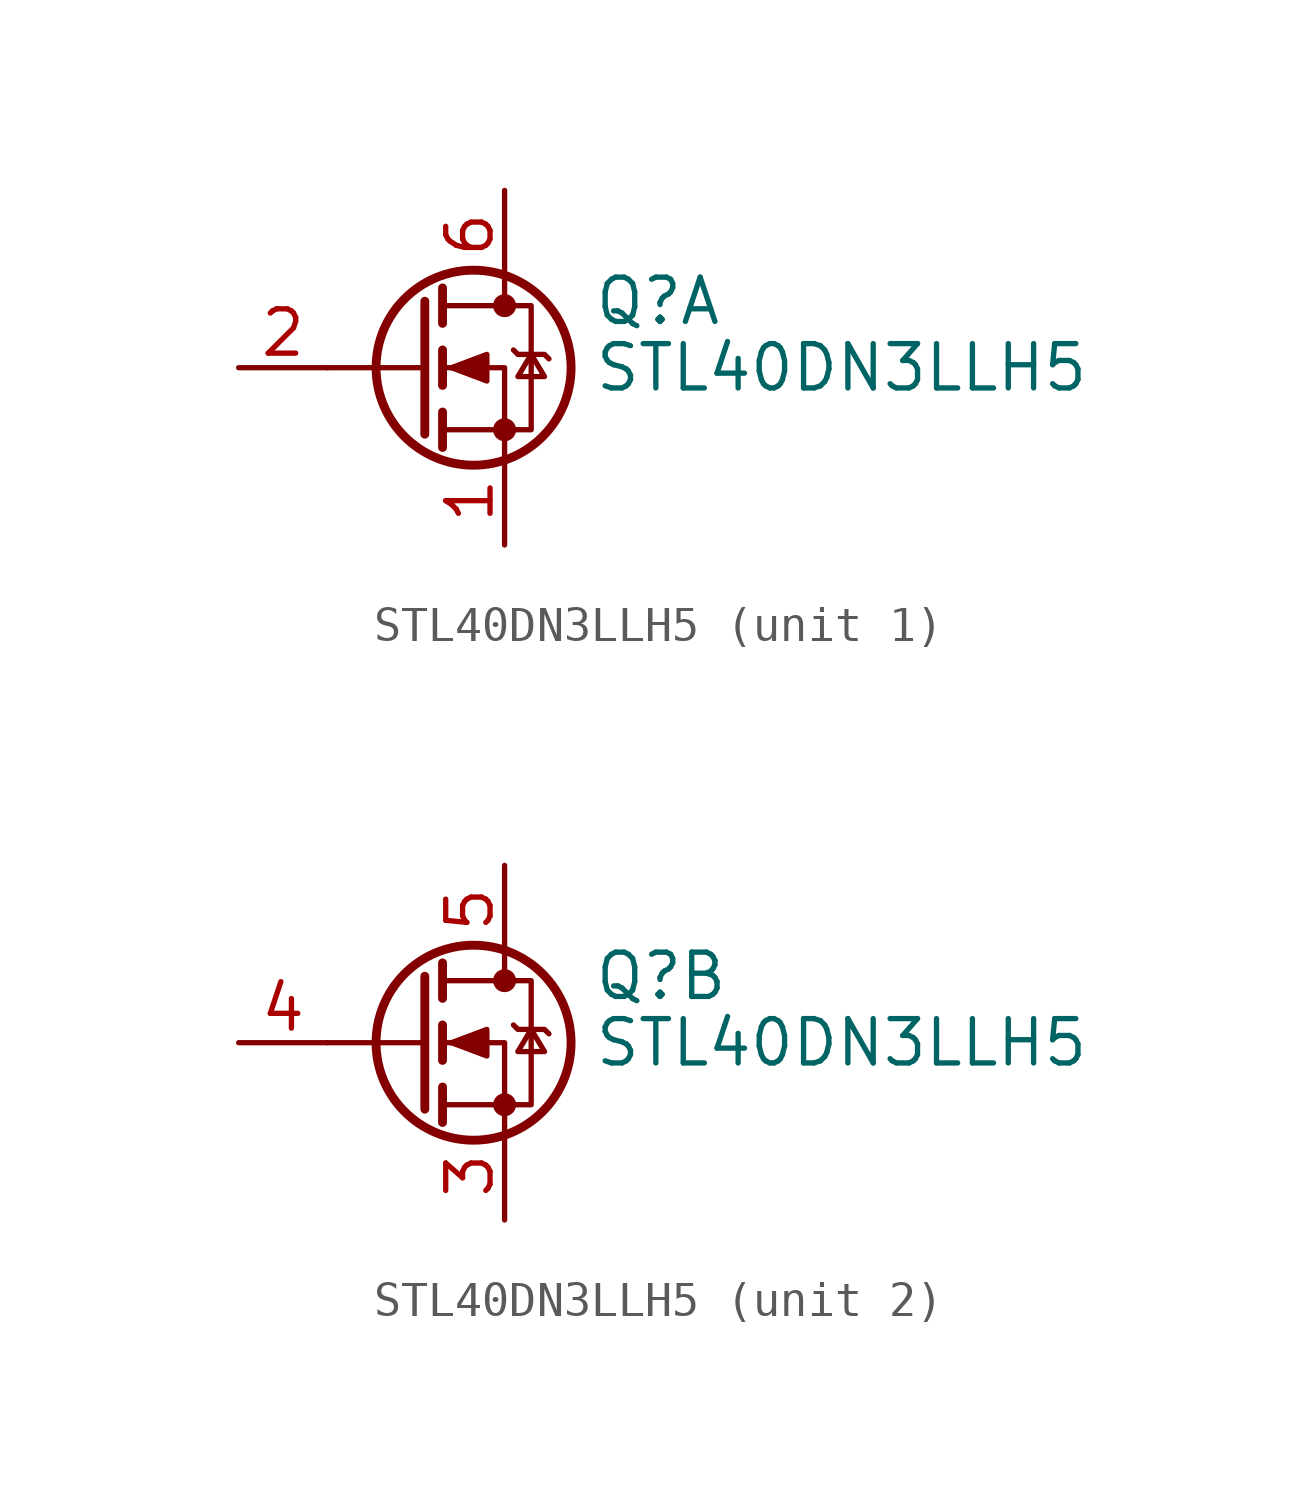
<source format=kicad_sym>
(kicad_symbol_lib
  (version 20241209)
  (generator "kicad_symbol_editor")
  (generator_version "9.0")
  (symbol "STL40DN3LLH5"
    (pin_names
      (hide yes))
    (property "Reference" "Q"
      (at 5.08 1.905 0)
      (effects (font (size 1.27 1.27)) (justify left)))
    (property "Value" "STL40DN3LLH5"
      (at 5.08 0 0)
      (effects (font (size 1.27 1.27)) (justify left)))
    (symbol "STL40DN3LLH5_0_1"
      (polyline (pts (xy 0.254 1.905) (xy 0.254 -1.905)) (stroke (width 0.254) (type default)) (fill (type none)))
      (polyline (pts (xy 0.254 0) (xy -2.54 0)) (stroke (width 0) (type default)) (fill (type none)))
      (polyline (pts (xy 0.762 2.286) (xy 0.762 1.27)) (stroke (width 0.254) (type default)) (fill (type none)))
      (polyline (pts (xy 0.762 0.508) (xy 0.762 -0.508)) (stroke (width 0.254) (type default)) (fill (type none)))
      (polyline (pts (xy 0.762 -1.27) (xy 0.762 -2.286)) (stroke (width 0.254) (type default)) (fill (type none)))
      (polyline (pts (xy 0.762 -1.778) (xy 3.302 -1.778) (xy 3.302 1.778) (xy 0.762 1.778)) (stroke (width 0) (type default)) (fill (type none)))
      (polyline (pts (xy 1.016 0) (xy 2.032 0.381) (xy 2.032 -0.381) (xy 1.016 0)) (stroke (width 0) (type default)) (fill (type outline)))
      (circle (center 1.651 0) (radius 2.794) (stroke (width 0.254) (type default)) (fill (type none)))
      (polyline (pts (xy 2.54 2.54) (xy 2.54 1.778)) (stroke (width 0) (type default)) (fill (type none)))
      (circle (center 2.54 1.778) (radius 0.254) (stroke (width 0) (type default)) (fill (type outline)))
      (circle (center 2.54 -1.778) (radius 0.254) (stroke (width 0) (type default)) (fill (type outline)))
      (polyline (pts (xy 2.54 -2.54) (xy 2.54 0) (xy 0.762 0)) (stroke (width 0) (type default)) (fill (type none)))
      (polyline (pts (xy 2.794 0.508) (xy 2.921 0.381) (xy 3.683 0.381) (xy 3.81 0.254)) (stroke (width 0) (type default)) (fill (type none)))
      (polyline (pts (xy 3.302 0.381) (xy 2.921 -0.254) (xy 3.683 -0.254) (xy 3.302 0.381)) (stroke (width 0) (type default)) (fill (type none))))
    (symbol "STL40DN3LLH5_1_1"
      (pin passive line (at -5.08 0 0) (length 2.54) (name "G" (effects (font (size 1.27 1.27)))) (number "2" (effects (font (size 1.27 1.27)))))
      (pin passive line (at 2.54 5.08 270) (length 2.54) (name "D" (effects (font (size 1.27 1.27)))) (number "6" (effects (font (size 1.27 1.27)))))
      (pin passive line (at 2.54 -5.08 90) (length 2.54) (name "S" (effects (font (size 1.27 1.27)))) (number "1" (effects (font (size 1.27 1.27))))))
    (symbol "STL40DN3LLH5_2_1"
      (pin passive line (at -5.08 0 0) (length 2.54) (name "G" (effects (font (size 1.27 1.27)))) (number "4" (effects (font (size 1.27 1.27)))))
      (pin passive line (at 2.54 5.08 270) (length 2.54) (name "D" (effects (font (size 1.27 1.27)))) (number "5" (effects (font (size 1.27 1.27)))))
      (pin passive line (at 2.54 -5.08 90) (length 2.54) (name "S" (effects (font (size 1.27 1.27)))) (number "3" (effects (font (size 1.27 1.27))))))))
</source>
